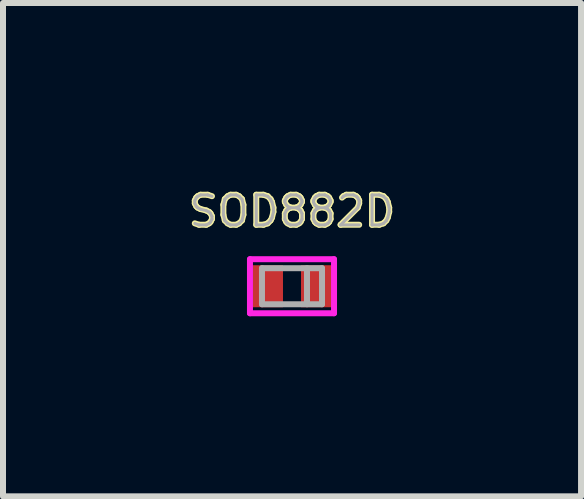
<source format=kicad_pcb>
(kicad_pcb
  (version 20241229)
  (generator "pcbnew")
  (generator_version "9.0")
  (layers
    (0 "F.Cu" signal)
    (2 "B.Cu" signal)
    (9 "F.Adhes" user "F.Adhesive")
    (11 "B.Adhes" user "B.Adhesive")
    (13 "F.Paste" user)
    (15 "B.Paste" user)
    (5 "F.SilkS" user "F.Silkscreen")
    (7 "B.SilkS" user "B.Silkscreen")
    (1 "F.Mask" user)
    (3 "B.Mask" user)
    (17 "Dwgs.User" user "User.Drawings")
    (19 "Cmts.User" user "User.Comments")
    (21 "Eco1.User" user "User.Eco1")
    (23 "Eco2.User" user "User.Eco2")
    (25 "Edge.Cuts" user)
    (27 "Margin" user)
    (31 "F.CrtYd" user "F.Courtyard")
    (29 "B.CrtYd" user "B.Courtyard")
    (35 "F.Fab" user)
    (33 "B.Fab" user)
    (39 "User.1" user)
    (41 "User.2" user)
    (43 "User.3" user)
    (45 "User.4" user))
  (footprint "SOD882D"
    (layer "F.Cu")
    (at 1.814 1.718)
    (property "Reference" "SOD882D" (at 0 -1.25 0) (layer "F.SilkS") (effects (font (size 0.5 0.5) (thickness 0.1))))
    (attr smd)
    (fp_line (start -0.7 -0.45) (end 0.7 -0.45) (stroke (width 0.1) (type solid)) (layer "F.CrtYd"))
    (fp_line (start -0.7 0.45) (end -0.7 -0.45) (stroke (width 0.1) (type solid)) (layer "F.CrtYd"))
    (fp_line (start 0.7 -0.45) (end 0.7 0.45) (stroke (width 0.1) (type solid)) (layer "F.CrtYd"))
    (fp_line (start 0.7 0.45) (end -0.7 0.45) (stroke (width 0.1) (type solid)) (layer "F.CrtYd"))
    (fp_line (start -0.5 -0.3) (end 0.5 -0.3) (stroke (width 0.1) (type solid)) (layer "F.Fab"))
    (fp_line (start -0.5 0.3) (end -0.5 -0.3) (stroke (width 0.1) (type solid)) (layer "F.Fab"))
    (fp_line (start 0.25 -0.3) (end 0.25 0.3) (stroke (width 0.1) (type solid)) (layer "F.Fab"))
    (fp_line (start 0.5 -0.3) (end 0.5 0.3) (stroke (width 0.1) (type solid)) (layer "F.Fab"))
    (fp_line (start 0.5 0.3) (end -0.5 0.3) (stroke (width 0.1) (type solid)) (layer "F.Fab"))
    (fp_text user "${REFERENCE}" (at 0 -1.25 0) (layer "F.Fab") (effects (font (size 0.5 0.5) (thickness 0.05))))
    (pad "1" smd rect (at -0.4 0) (size 0.5 0.7) (layers "F.Cu" "F.Mask" "F.Paste"))
    (pad "2" smd rect (at 0.4 0) (size 0.5 0.7) (layers "F.Cu" "F.Mask" "F.Paste")))
  (gr_rect
    (start -3 -3)
    (end 6.629 5.218)
    (stroke (width 0.1) (type default))
    (fill no)
    (layer "Edge.Cuts")))
</source>
